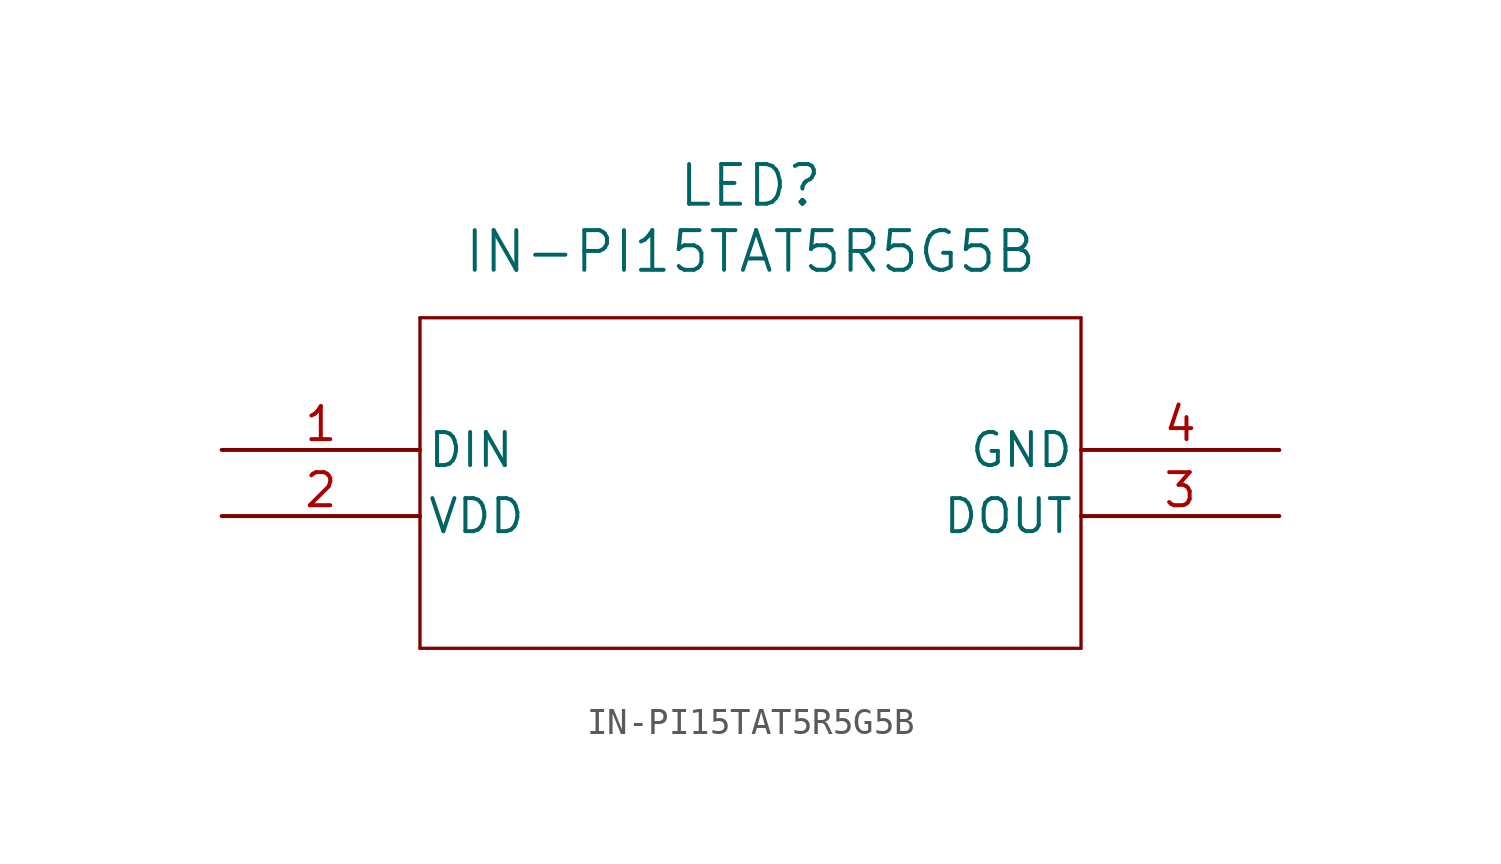
<source format=kicad_sym>
(kicad_symbol_lib
  (version 20211014)
  (generator kicad_symbol_editor)
  (symbol "IN-PI15TAT5R5G5B"
    (pin_names
      (offset 0.254))
    (property "Reference" "LED"
      (at 20.32 10.16 0)
      (effects (font (size 1.524 1.524))))
    (property "Value" "IN-PI15TAT5R5G5B"
      (at 20.32 7.62 0)
      (effects (font (size 1.524 1.524))))
    (symbol "IN-PI15TAT5R5G5B_0_1"
      (polyline (pts (xy 7.62 5.08) (xy 7.62 -7.62)) (stroke (width 0.127) (type default) (color 0 0 0 0)) (fill (type none)))
      (polyline (pts (xy 7.62 -7.62) (xy 33.02 -7.62)) (stroke (width 0.127) (type default) (color 0 0 0 0)) (fill (type none)))
      (polyline (pts (xy 33.02 -7.62) (xy 33.02 5.08)) (stroke (width 0.127) (type default) (color 0 0 0 0)) (fill (type none)))
      (polyline (pts (xy 33.02 5.08) (xy 7.62 5.08)) (stroke (width 0.127) (type default) (color 0 0 0 0)) (fill (type none)))
      (pin input line (at 0 0 0) (length 7.62) (name "DIN" (effects (font (size 1.27 1.27)))) (number "1" (effects (font (size 1.27 1.27)))))
      (pin power_in line (at 0 -2.54 0) (length 7.62) (name "VDD" (effects (font (size 1.27 1.27)))) (number "2" (effects (font (size 1.27 1.27)))))
      (pin output line (at 40.64 -2.54 180) (length 7.62) (name "DOUT" (effects (font (size 1.27 1.27)))) (number "3" (effects (font (size 1.27 1.27)))))
      (pin power_out line (at 40.64 0 180) (length 7.62) (name "GND" (effects (font (size 1.27 1.27)))) (number "4" (effects (font (size 1.27 1.27))))))))
</source>
